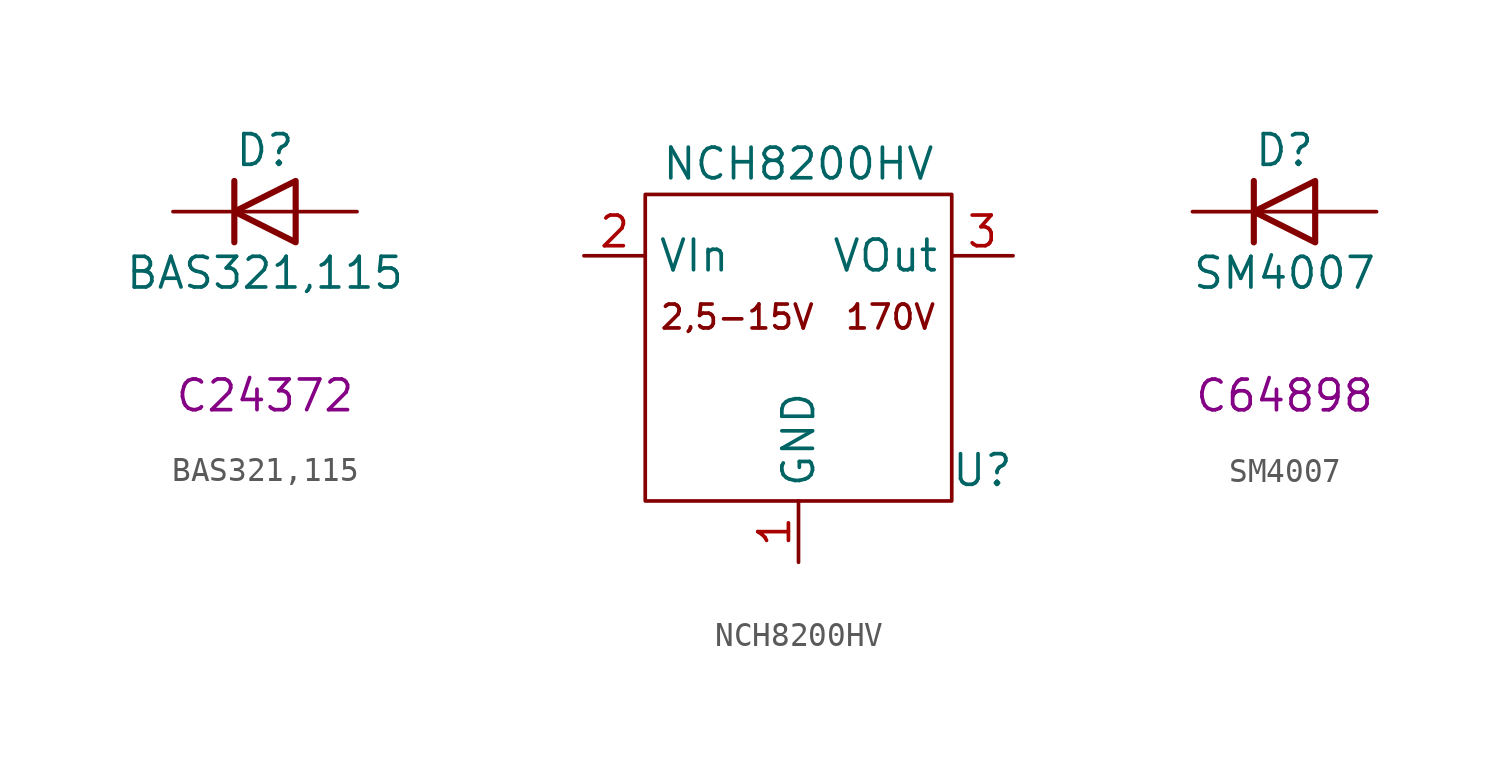
<source format=kicad_sym>
(kicad_symbol_lib
  (version 20211014)
  (generator kicad_symbol_editor)
  (symbol "BAS321,115"
    (pin_numbers hide)
    (pin_names
      (offset 1.016) hide)
    (property "Reference" "D"
      (at 0 2.54 0)
      (effects (font (size 1.27 1.27))))
    (property "Value" "BAS321,115"
      (at 0 -2.54 0)
      (effects (font (size 1.27 1.27))))
    (property "LCSC" "C24372"
      (at 0 -7.62 0)
      (effects (font (size 1.27 1.27))))
    (symbol "BAS321,115_0_1"
      (polyline (pts (xy -1.27 1.27) (xy -1.27 -1.27)) (stroke (width 0.254) (type default) (color 0 0 0 0)) (fill (type none)))
      (polyline (pts (xy 1.27 0) (xy -1.27 0)) (stroke (width 0) (type default) (color 0 0 0 0)) (fill (type none)))
      (polyline (pts (xy 1.27 1.27) (xy 1.27 -1.27) (xy -1.27 0) (xy 1.27 1.27)) (stroke (width 0.254) (type default) (color 0 0 0 0)) (fill (type none))))
    (symbol "BAS321,115_1_1"
      (pin passive line (at -3.81 0 0) (length 2.54) (name "K" (effects (font (size 1.27 1.27)))) (number "1" (effects (font (size 1.27 1.27)))))
      (pin passive line (at 3.81 0 180) (length 2.54) (name "A" (effects (font (size 1.27 1.27)))) (number "2" (effects (font (size 1.27 1.27)))))))
  (symbol "NCH8200HV"
    (property "Reference" "U"
      (at 13.97 1.27 0)
      (effects (font (size 1.27 1.27))))
    (property "Value" "NCH8200HV"
      (at 6.35 13.97 0)
      (effects (font (size 1.27 1.27))))
    (symbol "NCH8200HV_0_0"
      (rectangle (start 0 12.7) (end 12.7 0) (stroke (width 0) (type default) (color 0 0 0 0)) (fill (type none)))
      (text "170V" (at 10.16 7.62 0) (effects (font (size 0.991 0.991))))
      (text "2,5-15V" (at 3.81 7.62 0) (effects (font (size 0.991 0.991)))))
    (symbol "NCH8200HV_1_1"
      (pin power_in line (at 6.35 -2.54 90) (length 2.54) (name "GND" (effects (font (size 1.27 1.27)))) (number "1" (effects (font (size 1.27 1.27)))))
      (pin power_in line (at -2.54 10.16 0) (length 2.54) (name "VIn" (effects (font (size 1.27 1.27)))) (number "2" (effects (font (size 1.27 1.27)))))
      (pin power_out line (at 15.24 10.16 180) (length 2.54) (name "VOut" (effects (font (size 1.27 1.27)))) (number "3" (effects (font (size 1.27 1.27)))))))
  (symbol "SM4007"
    (pin_numbers hide)
    (pin_names
      (offset 1.016) hide)
    (property "Reference" "D"
      (at 0 2.54 0)
      (effects (font (size 1.27 1.27))))
    (property "Value" "SM4007"
      (at 0 -2.54 0)
      (effects (font (size 1.27 1.27))))
    (property "LCSC" "C64898"
      (at 0 -7.62 0)
      (effects (font (size 1.27 1.27))))
    (symbol "SM4007_0_1"
      (polyline (pts (xy -1.27 1.27) (xy -1.27 -1.27)) (stroke (width 0.254) (type default) (color 0 0 0 0)) (fill (type none)))
      (polyline (pts (xy 1.27 0) (xy -1.27 0)) (stroke (width 0) (type default) (color 0 0 0 0)) (fill (type none)))
      (polyline (pts (xy 1.27 1.27) (xy 1.27 -1.27) (xy -1.27 0) (xy 1.27 1.27)) (stroke (width 0.254) (type default) (color 0 0 0 0)) (fill (type none))))
    (symbol "SM4007_1_1"
      (pin passive line (at -3.81 0 0) (length 2.54) (name "K" (effects (font (size 1.27 1.27)))) (number "1" (effects (font (size 1.27 1.27)))))
      (pin passive line (at 3.81 0 180) (length 2.54) (name "A" (effects (font (size 1.27 1.27)))) (number "2" (effects (font (size 1.27 1.27))))))))
</source>
